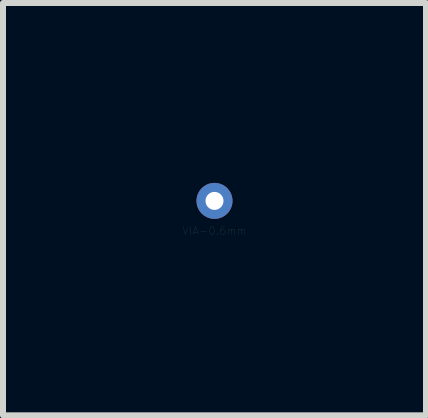
<source format=kicad_pcb>
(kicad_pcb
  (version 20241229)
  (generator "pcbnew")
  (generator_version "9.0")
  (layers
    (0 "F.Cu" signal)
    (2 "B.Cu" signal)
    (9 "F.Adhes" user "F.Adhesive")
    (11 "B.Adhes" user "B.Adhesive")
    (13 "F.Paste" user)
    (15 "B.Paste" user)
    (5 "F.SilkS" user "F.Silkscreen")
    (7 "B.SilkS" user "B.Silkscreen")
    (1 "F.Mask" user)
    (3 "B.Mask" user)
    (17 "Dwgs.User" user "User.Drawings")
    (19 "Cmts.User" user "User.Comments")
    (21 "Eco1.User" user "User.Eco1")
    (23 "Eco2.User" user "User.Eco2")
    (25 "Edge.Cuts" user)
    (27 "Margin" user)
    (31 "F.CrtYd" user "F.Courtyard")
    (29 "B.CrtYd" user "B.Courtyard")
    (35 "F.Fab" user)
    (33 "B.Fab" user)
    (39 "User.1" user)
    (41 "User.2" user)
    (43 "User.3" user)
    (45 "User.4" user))
  (footprint "VIA-0.6mm"
    (layer "F.Cu")
    (at 0.527 0.3)
    (property "Reference" "VIA-0.6mm" (at 0 0.5 0) (layer "F.SilkS") (effects (font (size 0.127 0.127) (thickness 0.001))))
    (attr through_hole)
    (pad "1" thru_hole circle (at 0 0) (size 0.6 0.6) (drill 0.3) (layers "*.Cu")))
  (gr_rect
    (start -3 -3)
    (end 4.054 3.876)
    (stroke (width 0.1) (type default))
    (fill no)
    (layer "Edge.Cuts")))
</source>
